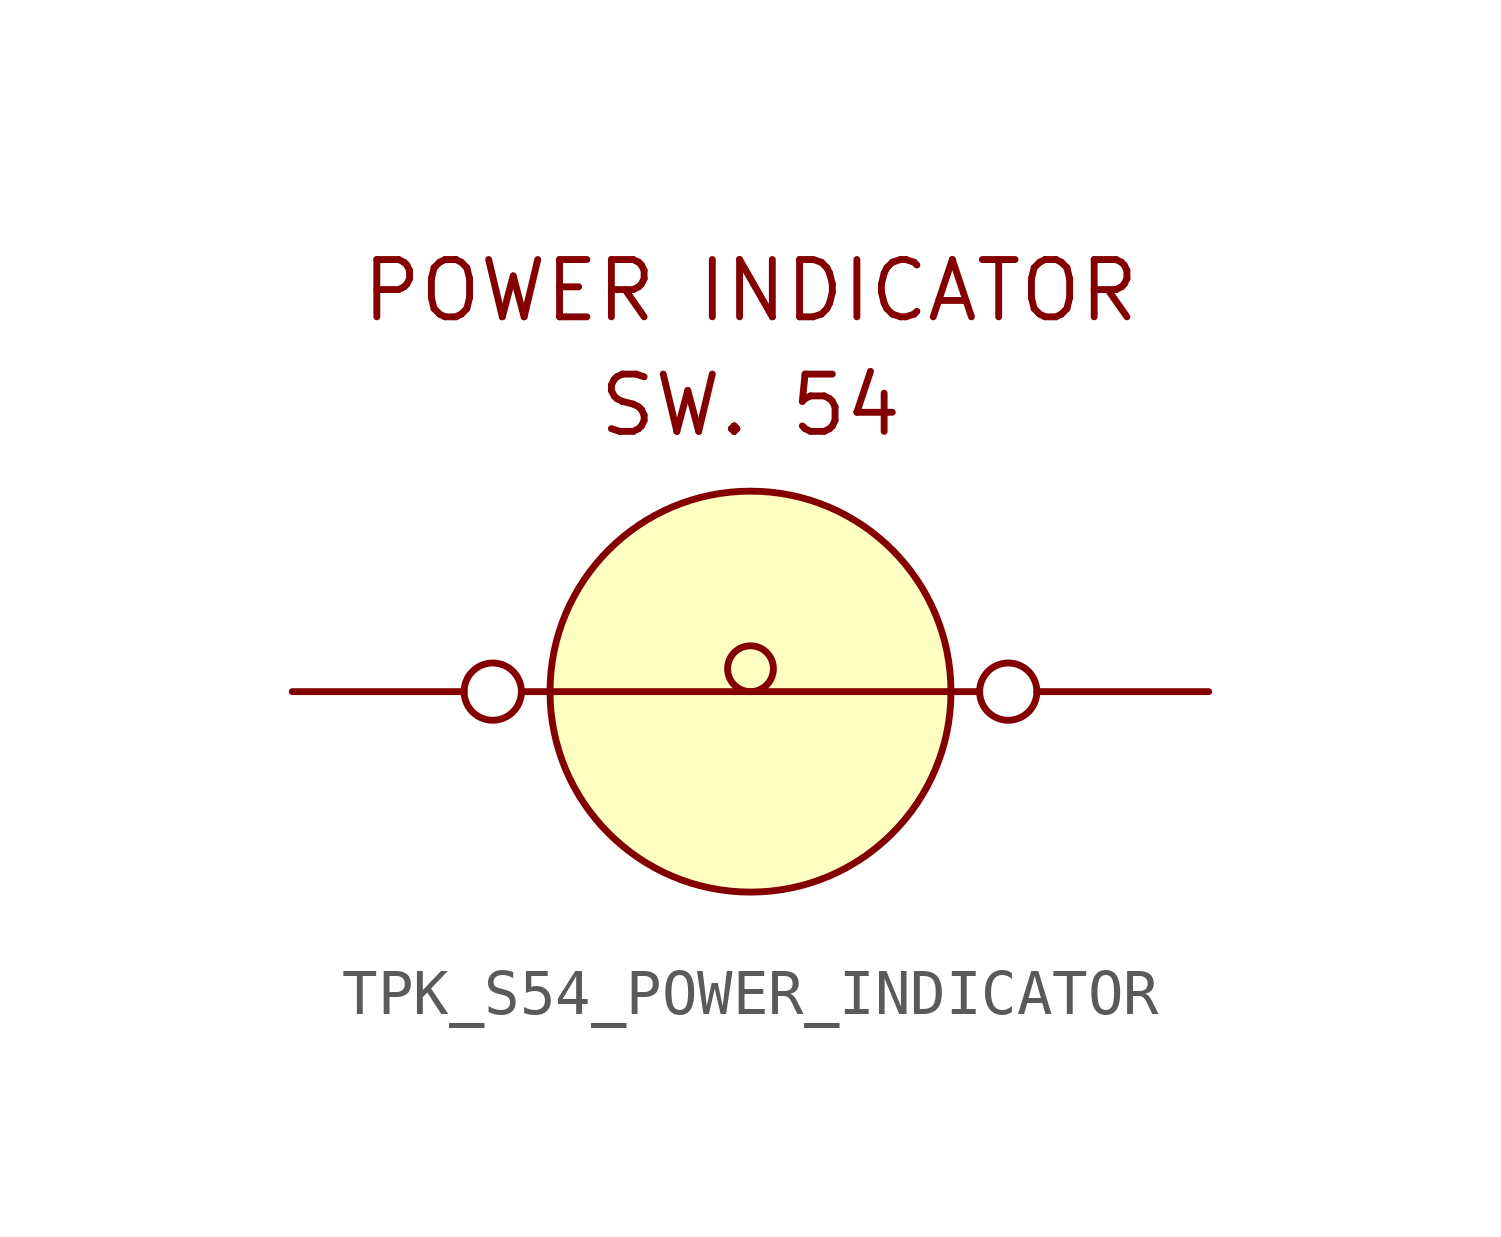
<source format=kicad_sym>
(kicad_symbol_lib
  (version 20211014)
  (generator kicad_symbol_editor)
  (symbol "TPK_S54_POWER_INDICATOR"
    (property "Reference" "D"
      (at -22.86 16.51 0)
      (effects (font (size 1.27 1.27)) hide))
    (symbol "TPK_S54_POWER_INDICATOR_0_0"
      (polyline (pts (xy -5.08 0) (xy 5.08 0)) (stroke (width 0) (type default) (color 0 0 0 0)) (fill (type none)))
      (circle (center 0 0) (radius 4.445) (stroke (width 0) (type default) (color 0 0 0 0)) (fill (type background)))
      (circle (center 0 0.508) (radius 0.508) (stroke (width 0) (type default) (color 0 0 0 0)) (fill (type none)))
      (text "POWER INDICATOR" (at 0 8.89 0) (effects (font (size 1.27 1.27))))
      (text "SW. 54" (at 0 6.35 0) (effects (font (size 1.27 1.27)))))
    (symbol "TPK_S54_POWER_INDICATOR_1_1"
      (pin passive inverted (at -10.16 0 0) (length 5.08) (name "" (effects (font (size 1.27 1.27)))) (number "" (effects (font (size 1.27 1.27)))))
      (pin passive inverted (at 10.16 0 180) (length 5.08) (name "" (effects (font (size 1.27 1.27)))) (number "" (effects (font (size 1.27 1.27))))))))
</source>
